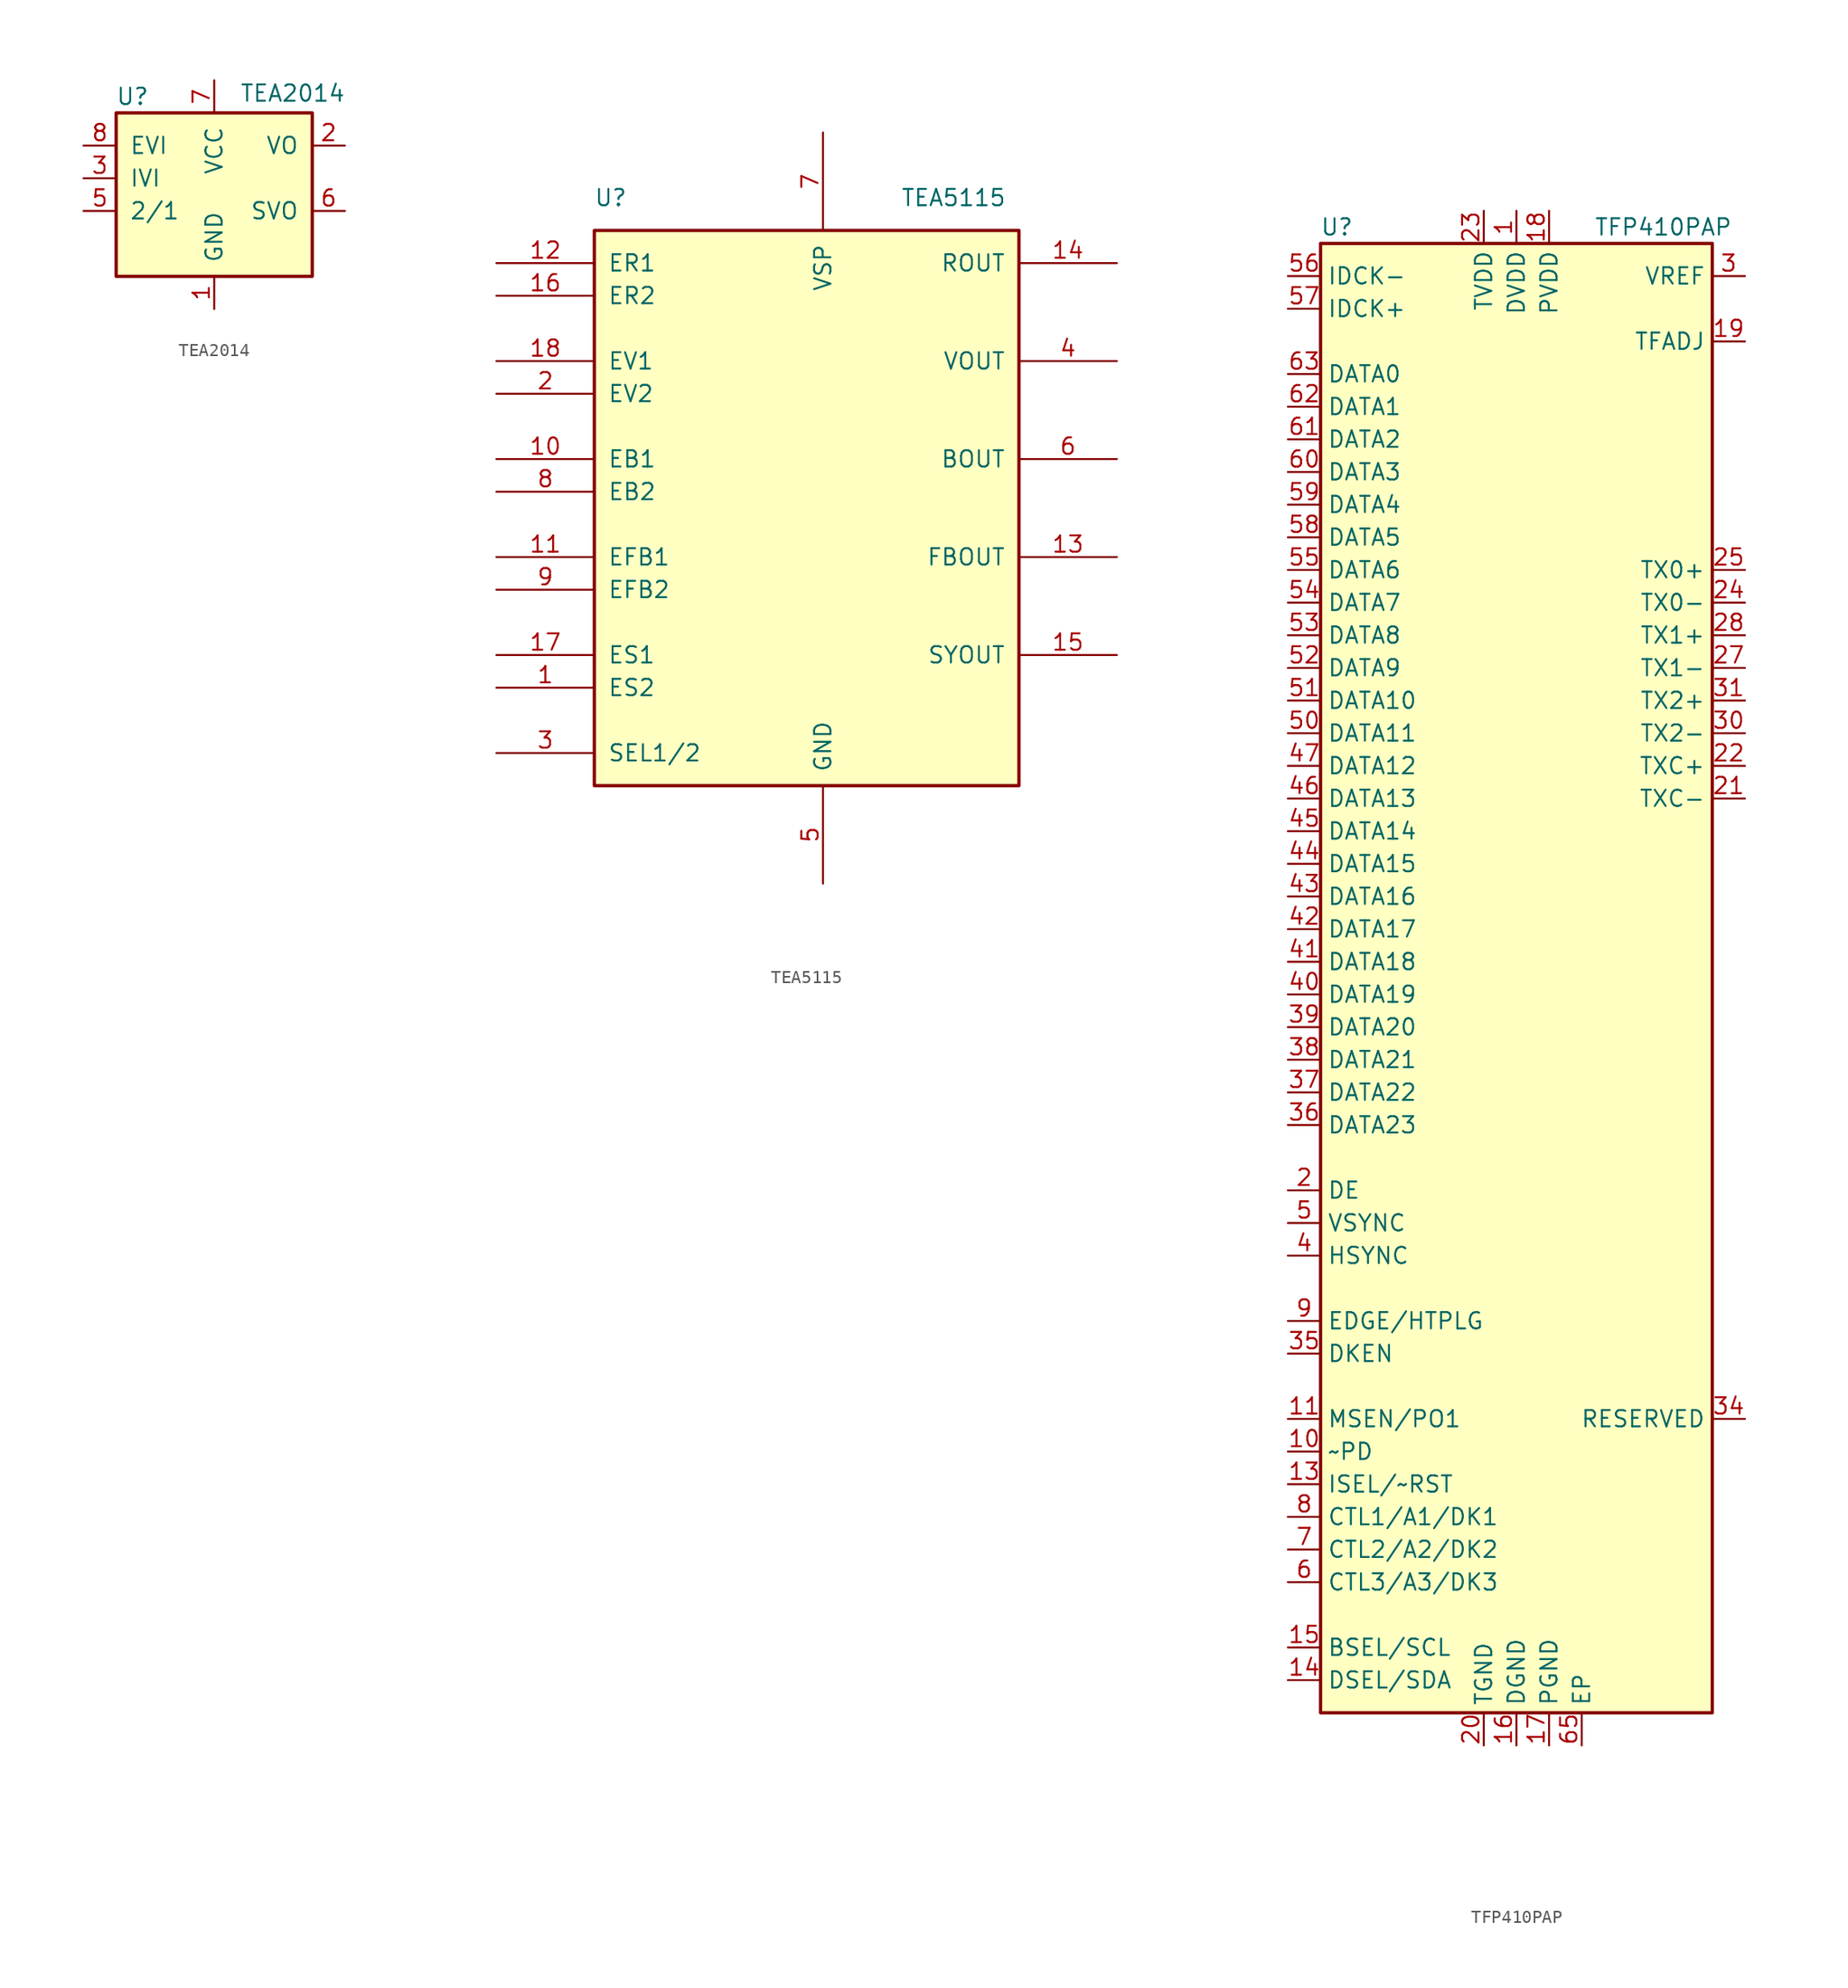
<source format=kicad_sym>
(kicad_symbol_lib
  (version 20211014)
  (generator kicad_symbol_editor)
  (symbol "TEA2014"
    (pin_names
      (offset 1.016))
    (property "Reference" "U"
      (at -6.35 6.35 0)
      (effects (font (size 1.27 1.27))))
    (property "Value" "TEA2014"
      (at 6.096 6.604 0)
      (effects (font (size 1.27 1.27))))
    (symbol "TEA2014_0_1"
      (rectangle (start -7.62 5.08) (end 7.62 -7.62) (stroke (width 0.254) (type default) (color 0 0 0 0)) (fill (type background))))
    (symbol "TEA2014_1_1"
      (pin power_in line (at 0 -10.16 90) (length 2.54) (name "GND" (effects (font (size 1.27 1.27)))) (number "1" (effects (font (size 1.27 1.27)))))
      (pin output line (at 10.16 2.54 180) (length 2.54) (name "VO" (effects (font (size 1.27 1.27)))) (number "2" (effects (font (size 1.27 1.27)))))
      (pin input line (at -10.16 0 0) (length 2.54) (name "IVI" (effects (font (size 1.27 1.27)))) (number "3" (effects (font (size 1.27 1.27)))))
      (pin no_connect line (at 7.62 0 180) (length 2.54) hide (name "NC" (effects (font (size 1.27 1.27)))) (number "4" (effects (font (size 1.27 1.27)))))
      (pin input line (at -10.16 -2.54 0) (length 2.54) (name "2/1" (effects (font (size 1.27 1.27)))) (number "5" (effects (font (size 1.27 1.27)))))
      (pin output line (at 10.16 -2.54 180) (length 2.54) (name "SVO" (effects (font (size 1.27 1.27)))) (number "6" (effects (font (size 1.27 1.27)))))
      (pin power_in line (at 0 7.62 270) (length 2.54) (name "VCC" (effects (font (size 1.27 1.27)))) (number "7" (effects (font (size 1.27 1.27)))))
      (pin input line (at -10.16 2.54 0) (length 2.54) (name "EVI" (effects (font (size 1.27 1.27)))) (number "8" (effects (font (size 1.27 1.27)))))))
  (symbol "TEA5115"
    (pin_names
      (offset 1.016))
    (property "Reference" "U"
      (at -16.51 22.86 0)
      (effects (font (size 1.27 1.27))))
    (property "Value" "TEA5115"
      (at 10.16 22.86 0)
      (effects (font (size 1.27 1.27))))
    (symbol "TEA5115_0_1"
      (rectangle (start -17.78 -22.86) (end 15.24 20.32) (stroke (width 0.254) (type default) (color 0 0 0 0)) (fill (type background))))
    (symbol "TEA5115_1_1"
      (pin input line (at -25.4 -15.24 0) (length 7.62) (name "ES2" (effects (font (size 1.27 1.27)))) (number "1" (effects (font (size 1.27 1.27)))))
      (pin input line (at -25.4 2.54 0) (length 7.62) (name "EB1" (effects (font (size 1.27 1.27)))) (number "10" (effects (font (size 1.27 1.27)))))
      (pin input line (at -25.4 -5.08 0) (length 7.62) (name "EFB1" (effects (font (size 1.27 1.27)))) (number "11" (effects (font (size 1.27 1.27)))))
      (pin input line (at -25.4 17.78 0) (length 7.62) (name "ER1" (effects (font (size 1.27 1.27)))) (number "12" (effects (font (size 1.27 1.27)))))
      (pin output line (at 22.86 -5.08 180) (length 7.62) (name "FBOUT" (effects (font (size 1.27 1.27)))) (number "13" (effects (font (size 1.27 1.27)))))
      (pin output line (at 22.86 17.78 180) (length 7.62) (name "ROUT" (effects (font (size 1.27 1.27)))) (number "14" (effects (font (size 1.27 1.27)))))
      (pin output line (at 22.86 -12.7 180) (length 7.62) (name "SYOUT" (effects (font (size 1.27 1.27)))) (number "15" (effects (font (size 1.27 1.27)))))
      (pin input line (at -25.4 15.24 0) (length 7.62) (name "ER2" (effects (font (size 1.27 1.27)))) (number "16" (effects (font (size 1.27 1.27)))))
      (pin input line (at -25.4 -12.7 0) (length 7.62) (name "ES1" (effects (font (size 1.27 1.27)))) (number "17" (effects (font (size 1.27 1.27)))))
      (pin input line (at -25.4 10.16 0) (length 7.62) (name "EV1" (effects (font (size 1.27 1.27)))) (number "18" (effects (font (size 1.27 1.27)))))
      (pin input line (at -25.4 7.62 0) (length 7.62) (name "EV2" (effects (font (size 1.27 1.27)))) (number "2" (effects (font (size 1.27 1.27)))))
      (pin input line (at -25.4 -20.32 0) (length 7.62) (name "SEL1/2" (effects (font (size 1.27 1.27)))) (number "3" (effects (font (size 1.27 1.27)))))
      (pin output line (at 22.86 10.16 180) (length 7.62) (name "VOUT" (effects (font (size 1.27 1.27)))) (number "4" (effects (font (size 1.27 1.27)))))
      (pin power_in line (at 0 -30.48 90) (length 7.62) (name "GND" (effects (font (size 1.27 1.27)))) (number "5" (effects (font (size 1.27 1.27)))))
      (pin output line (at 22.86 2.54 180) (length 7.62) (name "BOUT" (effects (font (size 1.27 1.27)))) (number "6" (effects (font (size 1.27 1.27)))))
      (pin input line (at 0 27.94 270) (length 7.62) (name "VSP" (effects (font (size 1.27 1.27)))) (number "7" (effects (font (size 1.27 1.27)))))
      (pin input line (at -25.4 0 0) (length 7.62) (name "EB2" (effects (font (size 1.27 1.27)))) (number "8" (effects (font (size 1.27 1.27)))))
      (pin input line (at -25.4 -7.62 0) (length 7.62) (name "EFB2" (effects (font (size 1.27 1.27)))) (number "9" (effects (font (size 1.27 1.27)))))))
  (symbol "TFP410PAP"
    (property "Reference" "U"
      (at -13.97 57.15 0)
      (effects (font (size 1.27 1.27))))
    (property "Value" "TFP410PAP"
      (at 11.43 57.15 0)
      (effects (font (size 1.27 1.27))))
    (symbol "TFP410PAP_0_1"
      (rectangle (start -15.24 55.88) (end 15.24 -58.42) (stroke (width 0.254) (type default) (color 0 0 0 0)) (fill (type background))))
    (symbol "TFP410PAP_1_1"
      (pin power_in line (at 0 58.42 270) (length 2.54) (name "DVDD" (effects (font (size 1.27 1.27)))) (number "1" (effects (font (size 1.27 1.27)))))
      (pin input line (at -17.78 -38.1 0) (length 2.54) (name "~PD" (effects (font (size 1.27 1.27)))) (number "10" (effects (font (size 1.27 1.27)))))
      (pin output line (at -17.78 -35.56 0) (length 2.54) (name "MSEN/PO1" (effects (font (size 1.27 1.27)))) (number "11" (effects (font (size 1.27 1.27)))))
      (pin passive line (at 0 58.42 270) (length 2.54) hide (name "DVDD" (effects (font (size 1.27 1.27)))) (number "12" (effects (font (size 1.27 1.27)))))
      (pin input line (at -17.78 -40.64 0) (length 2.54) (name "ISEL/~RST" (effects (font (size 1.27 1.27)))) (number "13" (effects (font (size 1.27 1.27)))))
      (pin bidirectional line (at -17.78 -55.88 0) (length 2.54) (name "DSEL/SDA" (effects (font (size 1.27 1.27)))) (number "14" (effects (font (size 1.27 1.27)))))
      (pin input line (at -17.78 -53.34 0) (length 2.54) (name "BSEL/SCL" (effects (font (size 1.27 1.27)))) (number "15" (effects (font (size 1.27 1.27)))))
      (pin power_in line (at 0 -60.96 90) (length 2.54) (name "DGND" (effects (font (size 1.27 1.27)))) (number "16" (effects (font (size 1.27 1.27)))))
      (pin power_in line (at 2.54 -60.96 90) (length 2.54) (name "PGND" (effects (font (size 1.27 1.27)))) (number "17" (effects (font (size 1.27 1.27)))))
      (pin power_in line (at 2.54 58.42 270) (length 2.54) (name "PVDD" (effects (font (size 1.27 1.27)))) (number "18" (effects (font (size 1.27 1.27)))))
      (pin input line (at 17.78 48.26 180) (length 2.54) (name "TFADJ" (effects (font (size 1.27 1.27)))) (number "19" (effects (font (size 1.27 1.27)))))
      (pin input line (at -17.78 -17.78 0) (length 2.54) (name "DE" (effects (font (size 1.27 1.27)))) (number "2" (effects (font (size 1.27 1.27)))))
      (pin power_in line (at -2.54 -60.96 90) (length 2.54) (name "TGND" (effects (font (size 1.27 1.27)))) (number "20" (effects (font (size 1.27 1.27)))))
      (pin output line (at 17.78 12.7 180) (length 2.54) (name "TXC-" (effects (font (size 1.27 1.27)))) (number "21" (effects (font (size 1.27 1.27)))))
      (pin output line (at 17.78 15.24 180) (length 2.54) (name "TXC+" (effects (font (size 1.27 1.27)))) (number "22" (effects (font (size 1.27 1.27)))))
      (pin power_in line (at -2.54 58.42 270) (length 2.54) (name "TVDD" (effects (font (size 1.27 1.27)))) (number "23" (effects (font (size 1.27 1.27)))))
      (pin output line (at 17.78 27.94 180) (length 2.54) (name "TX0-" (effects (font (size 1.27 1.27)))) (number "24" (effects (font (size 1.27 1.27)))))
      (pin output line (at 17.78 30.48 180) (length 2.54) (name "TX0+" (effects (font (size 1.27 1.27)))) (number "25" (effects (font (size 1.27 1.27)))))
      (pin passive line (at -2.54 -60.96 90) (length 2.54) hide (name "TGND" (effects (font (size 1.27 1.27)))) (number "26" (effects (font (size 1.27 1.27)))))
      (pin output line (at 17.78 22.86 180) (length 2.54) (name "TX1-" (effects (font (size 1.27 1.27)))) (number "27" (effects (font (size 1.27 1.27)))))
      (pin output line (at 17.78 25.4 180) (length 2.54) (name "TX1+" (effects (font (size 1.27 1.27)))) (number "28" (effects (font (size 1.27 1.27)))))
      (pin passive line (at -2.54 58.42 270) (length 2.54) hide (name "TVDD" (effects (font (size 1.27 1.27)))) (number "29" (effects (font (size 1.27 1.27)))))
      (pin input line (at 17.78 53.34 180) (length 2.54) (name "VREF" (effects (font (size 1.27 1.27)))) (number "3" (effects (font (size 1.27 1.27)))))
      (pin output line (at 17.78 17.78 180) (length 2.54) (name "TX2-" (effects (font (size 1.27 1.27)))) (number "30" (effects (font (size 1.27 1.27)))))
      (pin output line (at 17.78 20.32 180) (length 2.54) (name "TX2+" (effects (font (size 1.27 1.27)))) (number "31" (effects (font (size 1.27 1.27)))))
      (pin passive line (at -2.54 -60.96 90) (length 2.54) hide (name "TGND" (effects (font (size 1.27 1.27)))) (number "32" (effects (font (size 1.27 1.27)))))
      (pin passive line (at 0 58.42 270) (length 2.54) hide (name "DVDD" (effects (font (size 1.27 1.27)))) (number "33" (effects (font (size 1.27 1.27)))))
      (pin input line (at 17.78 -35.56 180) (length 2.54) (name "RESERVED" (effects (font (size 1.27 1.27)))) (number "34" (effects (font (size 1.27 1.27)))))
      (pin input line (at -17.78 -30.48 0) (length 2.54) (name "DKEN" (effects (font (size 1.27 1.27)))) (number "35" (effects (font (size 1.27 1.27)))))
      (pin input line (at -17.78 -12.7 0) (length 2.54) (name "DATA23" (effects (font (size 1.27 1.27)))) (number "36" (effects (font (size 1.27 1.27)))))
      (pin input line (at -17.78 -10.16 0) (length 2.54) (name "DATA22" (effects (font (size 1.27 1.27)))) (number "37" (effects (font (size 1.27 1.27)))))
      (pin input line (at -17.78 -7.62 0) (length 2.54) (name "DATA21" (effects (font (size 1.27 1.27)))) (number "38" (effects (font (size 1.27 1.27)))))
      (pin input line (at -17.78 -5.08 0) (length 2.54) (name "DATA20" (effects (font (size 1.27 1.27)))) (number "39" (effects (font (size 1.27 1.27)))))
      (pin input line (at -17.78 -22.86 0) (length 2.54) (name "HSYNC" (effects (font (size 1.27 1.27)))) (number "4" (effects (font (size 1.27 1.27)))))
      (pin input line (at -17.78 -2.54 0) (length 2.54) (name "DATA19" (effects (font (size 1.27 1.27)))) (number "40" (effects (font (size 1.27 1.27)))))
      (pin input line (at -17.78 0 0) (length 2.54) (name "DATA18" (effects (font (size 1.27 1.27)))) (number "41" (effects (font (size 1.27 1.27)))))
      (pin input line (at -17.78 2.54 0) (length 2.54) (name "DATA17" (effects (font (size 1.27 1.27)))) (number "42" (effects (font (size 1.27 1.27)))))
      (pin input line (at -17.78 5.08 0) (length 2.54) (name "DATA16" (effects (font (size 1.27 1.27)))) (number "43" (effects (font (size 1.27 1.27)))))
      (pin input line (at -17.78 7.62 0) (length 2.54) (name "DATA15" (effects (font (size 1.27 1.27)))) (number "44" (effects (font (size 1.27 1.27)))))
      (pin input line (at -17.78 10.16 0) (length 2.54) (name "DATA14" (effects (font (size 1.27 1.27)))) (number "45" (effects (font (size 1.27 1.27)))))
      (pin input line (at -17.78 12.7 0) (length 2.54) (name "DATA13" (effects (font (size 1.27 1.27)))) (number "46" (effects (font (size 1.27 1.27)))))
      (pin input line (at -17.78 15.24 0) (length 2.54) (name "DATA12" (effects (font (size 1.27 1.27)))) (number "47" (effects (font (size 1.27 1.27)))))
      (pin passive line (at 0 -60.96 90) (length 2.54) hide (name "DGND" (effects (font (size 1.27 1.27)))) (number "48" (effects (font (size 1.27 1.27)))))
      (pin no_connect line (at 15.24 -33.02 180) (length 2.54) hide (name "NC" (effects (font (size 1.27 1.27)))) (number "49" (effects (font (size 1.27 1.27)))))
      (pin input line (at -17.78 -20.32 0) (length 2.54) (name "VSYNC" (effects (font (size 1.27 1.27)))) (number "5" (effects (font (size 1.27 1.27)))))
      (pin input line (at -17.78 17.78 0) (length 2.54) (name "DATA11" (effects (font (size 1.27 1.27)))) (number "50" (effects (font (size 1.27 1.27)))))
      (pin input line (at -17.78 20.32 0) (length 2.54) (name "DATA10" (effects (font (size 1.27 1.27)))) (number "51" (effects (font (size 1.27 1.27)))))
      (pin input line (at -17.78 22.86 0) (length 2.54) (name "DATA9" (effects (font (size 1.27 1.27)))) (number "52" (effects (font (size 1.27 1.27)))))
      (pin input line (at -17.78 25.4 0) (length 2.54) (name "DATA8" (effects (font (size 1.27 1.27)))) (number "53" (effects (font (size 1.27 1.27)))))
      (pin input line (at -17.78 27.94 0) (length 2.54) (name "DATA7" (effects (font (size 1.27 1.27)))) (number "54" (effects (font (size 1.27 1.27)))))
      (pin input line (at -17.78 30.48 0) (length 2.54) (name "DATA6" (effects (font (size 1.27 1.27)))) (number "55" (effects (font (size 1.27 1.27)))))
      (pin input line (at -17.78 53.34 0) (length 2.54) (name "IDCK-" (effects (font (size 1.27 1.27)))) (number "56" (effects (font (size 1.27 1.27)))))
      (pin input line (at -17.78 50.8 0) (length 2.54) (name "IDCK+" (effects (font (size 1.27 1.27)))) (number "57" (effects (font (size 1.27 1.27)))))
      (pin input line (at -17.78 33.02 0) (length 2.54) (name "DATA5" (effects (font (size 1.27 1.27)))) (number "58" (effects (font (size 1.27 1.27)))))
      (pin input line (at -17.78 35.56 0) (length 2.54) (name "DATA4" (effects (font (size 1.27 1.27)))) (number "59" (effects (font (size 1.27 1.27)))))
      (pin input line (at -17.78 -48.26 0) (length 2.54) (name "CTL3/A3/DK3" (effects (font (size 1.27 1.27)))) (number "6" (effects (font (size 1.27 1.27)))))
      (pin input line (at -17.78 38.1 0) (length 2.54) (name "DATA3" (effects (font (size 1.27 1.27)))) (number "60" (effects (font (size 1.27 1.27)))))
      (pin input line (at -17.78 40.64 0) (length 2.54) (name "DATA2" (effects (font (size 1.27 1.27)))) (number "61" (effects (font (size 1.27 1.27)))))
      (pin input line (at -17.78 43.18 0) (length 2.54) (name "DATA1" (effects (font (size 1.27 1.27)))) (number "62" (effects (font (size 1.27 1.27)))))
      (pin input line (at -17.78 45.72 0) (length 2.54) (name "DATA0" (effects (font (size 1.27 1.27)))) (number "63" (effects (font (size 1.27 1.27)))))
      (pin passive line (at 0 -60.96 90) (length 2.54) hide (name "DGND" (effects (font (size 1.27 1.27)))) (number "64" (effects (font (size 1.27 1.27)))))
      (pin power_in line (at 5.08 -60.96 90) (length 2.54) (name "EP" (effects (font (size 1.27 1.27)))) (number "65" (effects (font (size 1.27 1.27)))))
      (pin input line (at -17.78 -45.72 0) (length 2.54) (name "CTL2/A2/DK2" (effects (font (size 1.27 1.27)))) (number "7" (effects (font (size 1.27 1.27)))))
      (pin input line (at -17.78 -43.18 0) (length 2.54) (name "CTL1/A1/DK1" (effects (font (size 1.27 1.27)))) (number "8" (effects (font (size 1.27 1.27)))))
      (pin input line (at -17.78 -27.94 0) (length 2.54) (name "EDGE/HTPLG" (effects (font (size 1.27 1.27)))) (number "9" (effects (font (size 1.27 1.27))))))))
</source>
